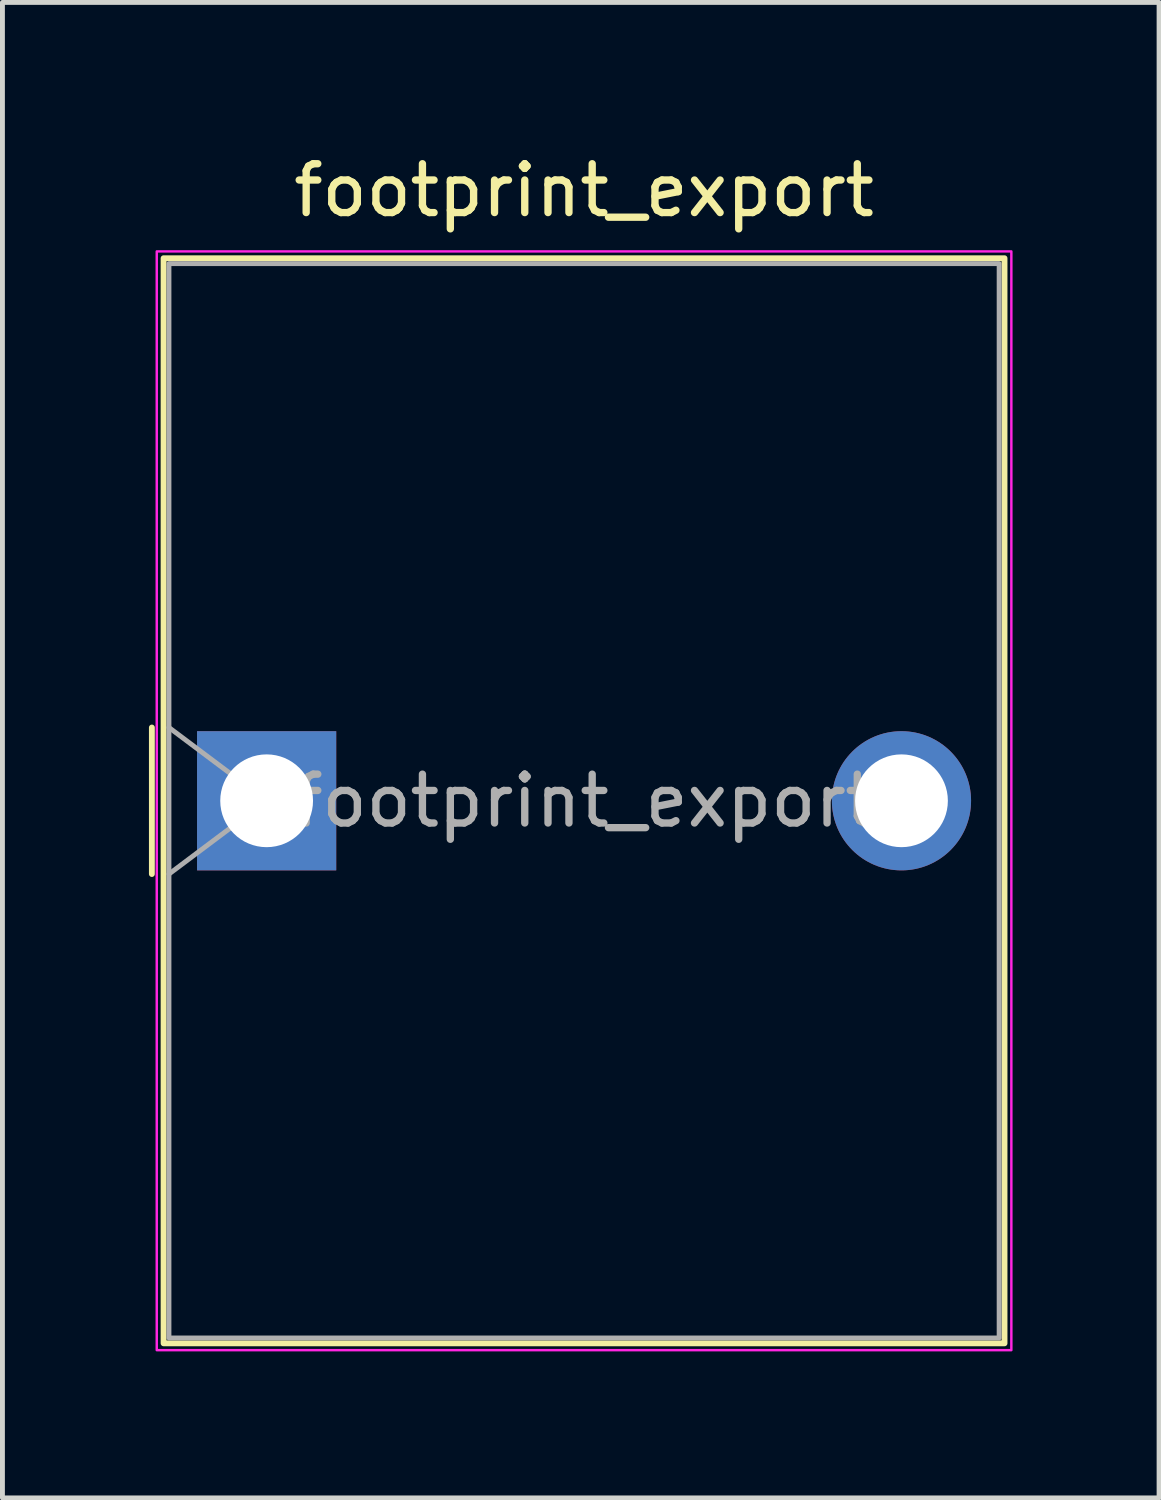
<source format=kicad_pcb>
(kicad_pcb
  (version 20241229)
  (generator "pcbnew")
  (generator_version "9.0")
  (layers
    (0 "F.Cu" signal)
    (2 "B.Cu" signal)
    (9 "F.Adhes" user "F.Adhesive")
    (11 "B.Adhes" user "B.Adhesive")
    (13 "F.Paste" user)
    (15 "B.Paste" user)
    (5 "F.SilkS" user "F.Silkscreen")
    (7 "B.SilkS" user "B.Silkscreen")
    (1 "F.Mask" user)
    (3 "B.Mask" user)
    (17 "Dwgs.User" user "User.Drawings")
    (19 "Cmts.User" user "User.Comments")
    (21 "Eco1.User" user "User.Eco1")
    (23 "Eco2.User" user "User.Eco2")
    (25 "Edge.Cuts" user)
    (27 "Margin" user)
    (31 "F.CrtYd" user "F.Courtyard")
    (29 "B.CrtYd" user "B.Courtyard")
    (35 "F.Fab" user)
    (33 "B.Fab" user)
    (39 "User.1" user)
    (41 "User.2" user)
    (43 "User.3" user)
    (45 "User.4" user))
  (footprint "footprint_export"
    (layer "F.Cu")
    (at 2.41 13.348)
    (property "Reference" "footprint_export" (at 6.5 -12.5 0) (unlocked yes) (layer "F.SilkS") (effects (font (size 1 1) (thickness 0.15))))
    (attr through_hole)
    (fp_line (start -2.35 1.5) (end -2.35 -1.5) (stroke (width 0.12) (type solid)) (layer "F.SilkS"))
    (fp_rect (start -2.11 -11.11) (end 15.11 11.11) (stroke (width 0.12) (type solid)) (fill no) (layer "F.SilkS"))
    (fp_rect (start -2.25 -11.25) (end 15.25 11.25) (stroke (width 0.05) (type solid)) (fill no) (layer "F.CrtYd"))
    (fp_line (start -2 -1.5) (end 0 0) (stroke (width 0.1) (type solid)) (layer "F.Fab"))
    (fp_line (start 0 0) (end -2 1.5) (stroke (width 0.1) (type solid)) (layer "F.Fab"))
    (fp_rect (start -2 -11) (end 15 11) (stroke (width 0.1) (type solid)) (fill no) (layer "F.Fab"))
    (fp_text user "${REFERENCE}" (at 6.5 0 0) (unlocked yes) (layer "F.Fab") (effects (font (size 1 1) (thickness 0.15))))
    (pad "1" thru_hole rect (at 0 0) (size 2.85 2.85) (drill 1.9) (layers "*.Cu" "*.Mask"))
    (pad "2" thru_hole circle (at 13 0) (size 2.85 2.85) (drill 1.9) (layers "*.Cu" "*.Mask")))
  (gr_rect
    (start -3 -3)
    (end 20.685 27.623)
    (stroke (width 0.1) (type default))
    (fill no)
    (layer "Edge.Cuts")))
</source>
